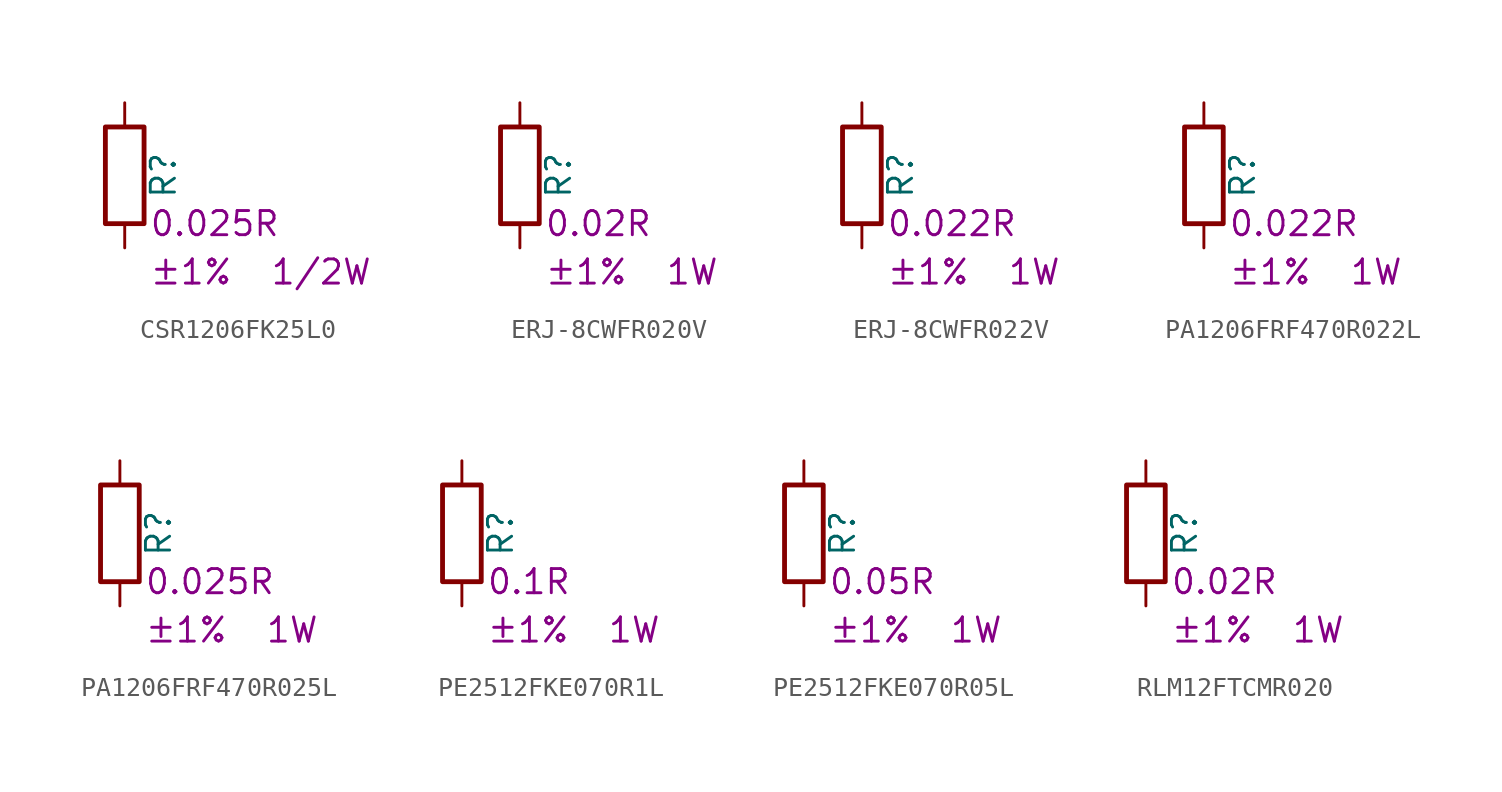
<source format=kicad_sym>
(kicad_symbol_lib
  (version 20220914)
  (generator kicad_symbol_editor)
  (symbol "CSR1206FK25L0"
    (pin_numbers hide)
    (pin_names
      (offset 0))
    (property "Reference" "R"
      (at 2.032 0 90)
      (effects (font (size 1.27 1.27))))
    (property "Resistance" "0.025R"
      (at 1.27 -2.54 0)
      (effects (font (size 1.27 1.27)) (justify left)))
    (property "Power Rating" "1/2W"
      (at 7.62 -5.08 0)
      (effects (font (size 1.27 1.27)) (justify left)))
    (property "Tolerance" "±1%"
      (at 1.27 -5.08 0)
      (effects (font (size 1.27 1.27)) (justify left)))
    (symbol "CSR1206FK25L0_0_1"
      (rectangle (start -1.016 -2.54) (end 1.016 2.54) (stroke (width 0.254) (type default)) (fill (type none))))
    (symbol "CSR1206FK25L0_1_1"
      (pin passive line (at 0 3.81 270) (length 1.27) (name "~" (effects (font (size 1.27 1.27)))) (number "1" (effects (font (size 1.27 1.27)))))
      (pin passive line (at 0 -3.81 90) (length 1.27) (name "~" (effects (font (size 1.27 1.27)))) (number "2" (effects (font (size 1.27 1.27)))))))
  (symbol "ERJ-8CWFR020V"
    (pin_numbers hide)
    (pin_names
      (offset 0))
    (property "Reference" "R"
      (at 2.032 0 90)
      (effects (font (size 1.27 1.27))))
    (property "Resistance" "0.02R"
      (at 1.27 -2.54 0)
      (effects (font (size 1.27 1.27)) (justify left)))
    (property "Power Rating" "1W"
      (at 7.62 -5.08 0)
      (effects (font (size 1.27 1.27)) (justify left)))
    (property "Tolerance" "±1%"
      (at 1.27 -5.08 0)
      (effects (font (size 1.27 1.27)) (justify left)))
    (symbol "ERJ-8CWFR020V_0_1"
      (rectangle (start -1.016 -2.54) (end 1.016 2.54) (stroke (width 0.254) (type default)) (fill (type none))))
    (symbol "ERJ-8CWFR020V_1_1"
      (pin passive line (at 0 3.81 270) (length 1.27) (name "~" (effects (font (size 1.27 1.27)))) (number "1" (effects (font (size 1.27 1.27)))))
      (pin passive line (at 0 -3.81 90) (length 1.27) (name "~" (effects (font (size 1.27 1.27)))) (number "2" (effects (font (size 1.27 1.27)))))))
  (symbol "ERJ-8CWFR022V"
    (pin_numbers hide)
    (pin_names
      (offset 0))
    (property "Reference" "R"
      (at 2.032 0 90)
      (effects (font (size 1.27 1.27))))
    (property "Resistance" "0.022R"
      (at 1.27 -2.54 0)
      (effects (font (size 1.27 1.27)) (justify left)))
    (property "Power Rating" "1W"
      (at 7.62 -5.08 0)
      (effects (font (size 1.27 1.27)) (justify left)))
    (property "Tolerance" "±1%"
      (at 1.27 -5.08 0)
      (effects (font (size 1.27 1.27)) (justify left)))
    (symbol "ERJ-8CWFR022V_0_1"
      (rectangle (start -1.016 -2.54) (end 1.016 2.54) (stroke (width 0.254) (type default)) (fill (type none))))
    (symbol "ERJ-8CWFR022V_1_1"
      (pin passive line (at 0 3.81 270) (length 1.27) (name "~" (effects (font (size 1.27 1.27)))) (number "1" (effects (font (size 1.27 1.27)))))
      (pin passive line (at 0 -3.81 90) (length 1.27) (name "~" (effects (font (size 1.27 1.27)))) (number "2" (effects (font (size 1.27 1.27)))))))
  (symbol "PA1206FRF470R022L"
    (pin_numbers hide)
    (pin_names
      (offset 0))
    (property "Reference" "R"
      (at 2.032 0 90)
      (effects (font (size 1.27 1.27))))
    (property "Resistance" "0.022R"
      (at 1.27 -2.54 0)
      (effects (font (size 1.27 1.27)) (justify left)))
    (property "Power Rating" "1W"
      (at 7.62 -5.08 0)
      (effects (font (size 1.27 1.27)) (justify left)))
    (property "Tolerance" "±1%"
      (at 1.27 -5.08 0)
      (effects (font (size 1.27 1.27)) (justify left)))
    (symbol "PA1206FRF470R022L_0_1"
      (rectangle (start -1.016 -2.54) (end 1.016 2.54) (stroke (width 0.254) (type default)) (fill (type none))))
    (symbol "PA1206FRF470R022L_1_1"
      (pin passive line (at 0 3.81 270) (length 1.27) (name "~" (effects (font (size 1.27 1.27)))) (number "1" (effects (font (size 1.27 1.27)))))
      (pin passive line (at 0 -3.81 90) (length 1.27) (name "~" (effects (font (size 1.27 1.27)))) (number "2" (effects (font (size 1.27 1.27)))))))
  (symbol "PA1206FRF470R025L"
    (pin_numbers hide)
    (pin_names
      (offset 0))
    (property "Reference" "R"
      (at 2.032 0 90)
      (effects (font (size 1.27 1.27))))
    (property "Resistance" "0.025R"
      (at 1.27 -2.54 0)
      (effects (font (size 1.27 1.27)) (justify left)))
    (property "Power Rating" "1W"
      (at 7.62 -5.08 0)
      (effects (font (size 1.27 1.27)) (justify left)))
    (property "Tolerance" "±1%"
      (at 1.27 -5.08 0)
      (effects (font (size 1.27 1.27)) (justify left)))
    (symbol "PA1206FRF470R025L_0_1"
      (rectangle (start -1.016 -2.54) (end 1.016 2.54) (stroke (width 0.254) (type default)) (fill (type none))))
    (symbol "PA1206FRF470R025L_1_1"
      (pin passive line (at 0 3.81 270) (length 1.27) (name "~" (effects (font (size 1.27 1.27)))) (number "1" (effects (font (size 1.27 1.27)))))
      (pin passive line (at 0 -3.81 90) (length 1.27) (name "~" (effects (font (size 1.27 1.27)))) (number "2" (effects (font (size 1.27 1.27)))))))
  (symbol "PE2512FKE070R1L"
    (pin_numbers hide)
    (pin_names
      (offset 0))
    (property "Reference" "R"
      (at 2.032 0 90)
      (effects (font (size 1.27 1.27))))
    (property "Resistance" "0.1R"
      (at 1.27 -2.54 0)
      (effects (font (size 1.27 1.27)) (justify left)))
    (property "Power Rating" "1W"
      (at 7.62 -5.08 0)
      (effects (font (size 1.27 1.27)) (justify left)))
    (property "Tolerance" "±1%"
      (at 1.27 -5.08 0)
      (effects (font (size 1.27 1.27)) (justify left)))
    (symbol "PE2512FKE070R1L_0_1"
      (rectangle (start -1.016 -2.54) (end 1.016 2.54) (stroke (width 0.254) (type default)) (fill (type none))))
    (symbol "PE2512FKE070R1L_1_1"
      (pin passive line (at 0 3.81 270) (length 1.27) (name "~" (effects (font (size 1.27 1.27)))) (number "1" (effects (font (size 1.27 1.27)))))
      (pin passive line (at 0 -3.81 90) (length 1.27) (name "~" (effects (font (size 1.27 1.27)))) (number "2" (effects (font (size 1.27 1.27)))))))
  (symbol "PE2512FKE070R05L"
    (pin_numbers hide)
    (pin_names
      (offset 0))
    (property "Reference" "R"
      (at 2.032 0 90)
      (effects (font (size 1.27 1.27))))
    (property "Resistance" "0.05R"
      (at 1.27 -2.54 0)
      (effects (font (size 1.27 1.27)) (justify left)))
    (property "Power Rating" "1W"
      (at 7.62 -5.08 0)
      (effects (font (size 1.27 1.27)) (justify left)))
    (property "Tolerance" "±1%"
      (at 1.27 -5.08 0)
      (effects (font (size 1.27 1.27)) (justify left)))
    (symbol "PE2512FKE070R05L_0_1"
      (rectangle (start -1.016 -2.54) (end 1.016 2.54) (stroke (width 0.254) (type default)) (fill (type none))))
    (symbol "PE2512FKE070R05L_1_1"
      (pin passive line (at 0 3.81 270) (length 1.27) (name "~" (effects (font (size 1.27 1.27)))) (number "1" (effects (font (size 1.27 1.27)))))
      (pin passive line (at 0 -3.81 90) (length 1.27) (name "~" (effects (font (size 1.27 1.27)))) (number "2" (effects (font (size 1.27 1.27)))))))
  (symbol "RLM12FTCMR020"
    (pin_numbers hide)
    (pin_names
      (offset 0))
    (property "Reference" "R"
      (at 2.032 0 90)
      (effects (font (size 1.27 1.27))))
    (property "Resistance" "0.02R"
      (at 1.27 -2.54 0)
      (effects (font (size 1.27 1.27)) (justify left)))
    (property "Power Rating" "1W"
      (at 7.62 -5.08 0)
      (effects (font (size 1.27 1.27)) (justify left)))
    (property "Tolerance" "±1%"
      (at 1.27 -5.08 0)
      (effects (font (size 1.27 1.27)) (justify left)))
    (symbol "RLM12FTCMR020_0_1"
      (rectangle (start -1.016 -2.54) (end 1.016 2.54) (stroke (width 0.254) (type default)) (fill (type none))))
    (symbol "RLM12FTCMR020_1_1"
      (pin passive line (at 0 3.81 270) (length 1.27) (name "~" (effects (font (size 1.27 1.27)))) (number "1" (effects (font (size 1.27 1.27)))))
      (pin passive line (at 0 -3.81 90) (length 1.27) (name "~" (effects (font (size 1.27 1.27)))) (number "2" (effects (font (size 1.27 1.27))))))))
</source>
